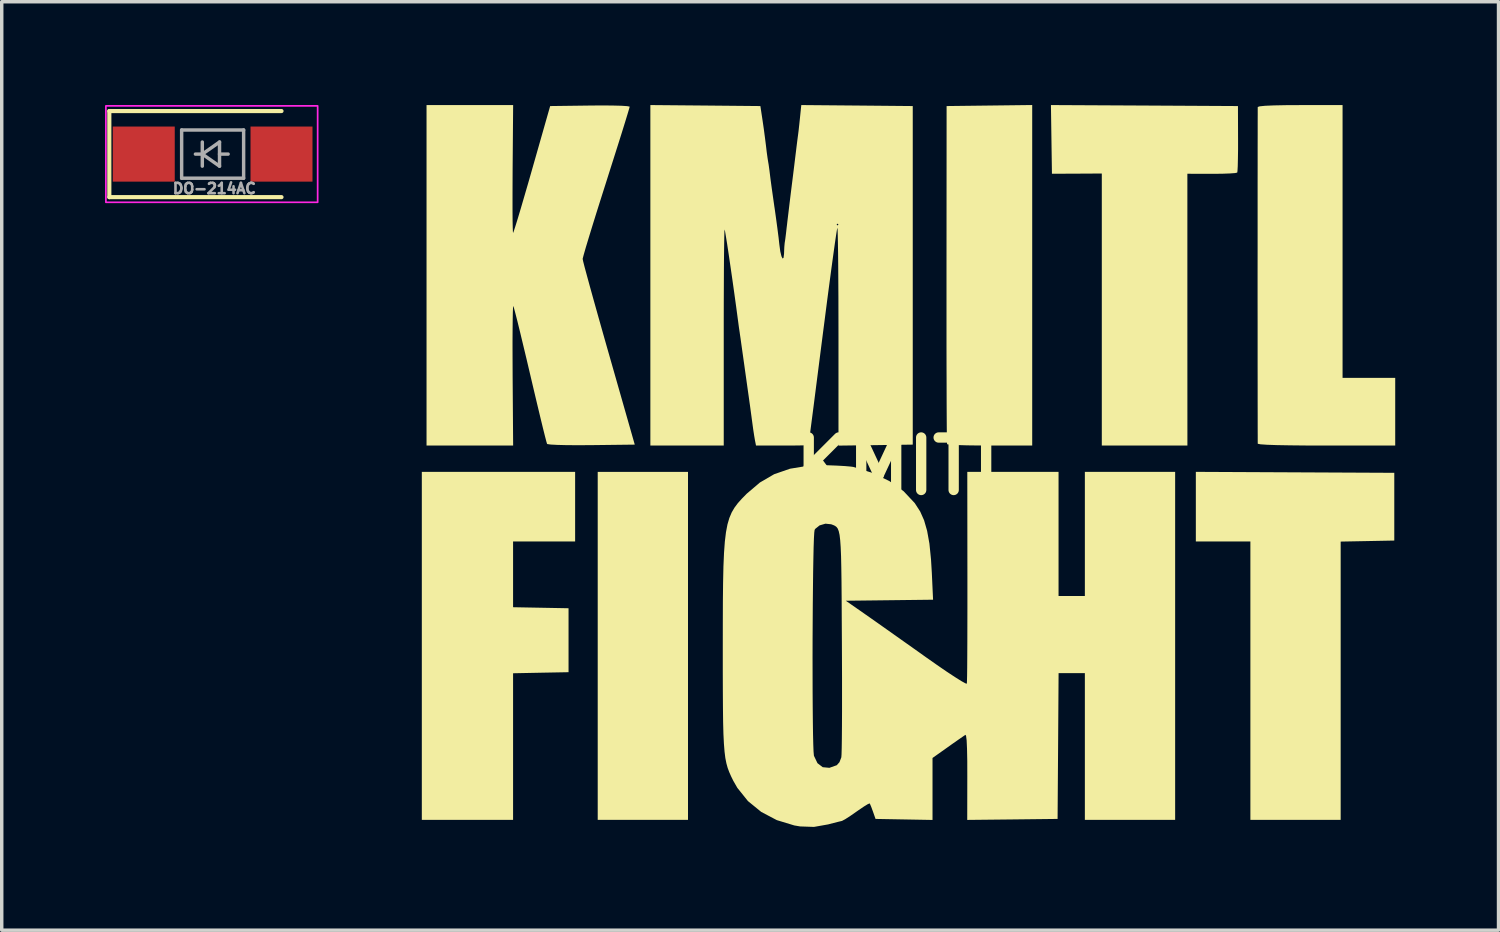
<source format=kicad_pcb>
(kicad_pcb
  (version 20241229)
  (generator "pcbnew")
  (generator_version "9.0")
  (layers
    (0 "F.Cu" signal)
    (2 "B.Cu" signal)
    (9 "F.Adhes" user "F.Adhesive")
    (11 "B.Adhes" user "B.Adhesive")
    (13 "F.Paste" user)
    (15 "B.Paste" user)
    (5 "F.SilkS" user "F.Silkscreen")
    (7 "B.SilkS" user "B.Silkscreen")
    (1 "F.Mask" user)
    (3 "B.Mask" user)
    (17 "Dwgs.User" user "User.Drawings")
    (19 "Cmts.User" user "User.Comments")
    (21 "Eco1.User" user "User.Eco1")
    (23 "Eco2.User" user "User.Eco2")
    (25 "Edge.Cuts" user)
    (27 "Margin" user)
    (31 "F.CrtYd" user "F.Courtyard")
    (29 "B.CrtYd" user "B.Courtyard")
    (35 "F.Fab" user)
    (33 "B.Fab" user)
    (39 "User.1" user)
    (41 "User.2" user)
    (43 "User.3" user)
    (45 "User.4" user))
  (footprint "DO-214AC"
    (layer "F.Cu")
    (at 3.125 1.425)
    (property "Reference" "DO-214AC" (at 0.05 1 0) (layer "F.Fab") (effects (font (size 0.3 0.3) (thickness 0.075))))
    (attr through_hole)
    (fp_line (start -3 -1.25) (end -3 1.25) (stroke (width 0.12) (type solid)) (layer "F.SilkS"))
    (fp_line (start -3 -1.25) (end 2 -1.25) (stroke (width 0.12) (type solid)) (layer "F.SilkS"))
    (fp_line (start -3 1.25) (end 2 1.25) (stroke (width 0.12) (type solid)) (layer "F.SilkS"))
    (fp_rect (start -3.1 -1.4) (end 3.05 1.4) (stroke (width 0.05) (type default)) (fill no) (layer "F.CrtYd"))
    (fp_line (start -0.9 -0.7) (end 0.9 -0.7) (stroke (width 0.1) (type solid)) (layer "F.Fab"))
    (fp_line (start -0.9 0.7) (end -0.9 -0.7) (stroke (width 0.1) (type solid)) (layer "F.Fab"))
    (fp_line (start -0.3 -0.35) (end -0.3 0.35) (stroke (width 0.1) (type solid)) (layer "F.Fab"))
    (fp_line (start -0.3 0) (end -0.5 0) (stroke (width 0.1) (type solid)) (layer "F.Fab"))
    (fp_line (start -0.3 0) (end 0.2 -0.35) (stroke (width 0.1) (type solid)) (layer "F.Fab"))
    (fp_line (start 0.2 -0.35) (end 0.2 0.35) (stroke (width 0.1) (type solid)) (layer "F.Fab"))
    (fp_line (start 0.2 0) (end 0.45 0) (stroke (width 0.1) (type solid)) (layer "F.Fab"))
    (fp_line (start 0.2 0.35) (end -0.3 0) (stroke (width 0.1) (type solid)) (layer "F.Fab"))
    (fp_line (start 0.9 -0.7) (end 0.9 0.7) (stroke (width 0.1) (type solid)) (layer "F.Fab"))
    (fp_line (start 0.9 0.7) (end -0.9 0.7) (stroke (width 0.1) (type solid)) (layer "F.Fab"))
    (pad "1" smd rect (at -2 0) (size 1.8 1.6) (layers "F.Cu" "F.Mask" "F.Paste"))
    (pad "2" smd rect (at 2 0) (size 1.8 1.6) (layers "F.Cu" "F.Mask" "F.Paste")))
  (footprint "KMITL"
    (layer "F.Cu")
    (at 23.266 10.49)
    (property "Reference" "KMITL" (at 0 0 0) (layer "F.SilkS") (effects (font (size 1.524 1.524) (thickness 0.3))))
    (attr board_only exclude_from_pos_files exclude_from_bom)
    (fp_poly (pts (xy -6.336 10.269) (xy -8.958 10.269) (xy -8.958 0.164) (xy -6.336 0.164)) (stroke (width 0) (type solid)) (fill yes) (layer "F.SilkS"))
    (fp_poly (pts (xy 14.175 0.191) (xy 14.175 2.158) (xy 13.396 2.173) (xy 12.618 2.188) (xy 12.618 10.269) (xy 9.996 10.269) (xy 9.996 2.185) (xy 8.412 2.185) (xy 8.412 0.163)) (stroke (width 0) (type solid)) (fill yes) (layer "F.SilkS"))
    (fp_poly (pts (xy -9.614 2.185) (xy -11.416 2.185) (xy -11.416 4.094) (xy -9.805 4.124) (xy -9.805 5.981) (xy -10.611 5.996) (xy -11.416 6.012) (xy -11.416 10.269) (xy -14.066 10.269) (xy -14.066 0.164) (xy -9.614 0.164)) (stroke (width 0) (type solid)) (fill yes) (layer "F.SilkS"))
    (fp_poly (pts (xy 6.919 -10.475) (xy 9.635 -10.46) (xy 9.638 -9.513) (xy 9.638 -9.202) (xy 9.634 -8.929) (xy 9.629 -8.713) (xy 9.621 -8.573) (xy 9.614 -8.528) (xy 9.552 -8.514) (xy 9.402 -8.503) (xy 9.186 -8.495) (xy 8.924 -8.492) (xy 8.876 -8.492) (xy 8.166 -8.494) (xy 8.166 -4.547) (xy 8.167 -0.601) (xy 5.681 -0.601) (xy 5.681 -8.501) (xy 4.957 -8.497) (xy 4.233 -8.494) (xy 4.204 -10.489)) (stroke (width 0) (type solid)) (fill yes) (layer "F.SilkS"))
    (fp_poly (pts (xy 3.66 -0.601) (xy 2.434 -0.601) (xy 2.08 -0.603) (xy 1.764 -0.607) (xy 1.502 -0.615) (xy 1.31 -0.625) (xy 1.204 -0.636) (xy 1.188 -0.642) (xy 1.185 -0.701) (xy 1.182 -0.862) (xy 1.179 -1.117) (xy 1.177 -1.457) (xy 1.175 -1.875) (xy 1.174 -2.364) (xy 1.172 -2.915) (xy 1.171 -3.52) (xy 1.171 -4.172) (xy 1.171 -4.863) (xy 1.171 -5.572) (xy 1.174 -10.46) (xy 2.417 -10.475) (xy 3.66 -10.49)) (stroke (width 0) (type solid)) (fill yes) (layer "F.SilkS"))
    (fp_poly (pts (xy 12.673 -2.567) (xy 14.202 -2.567) (xy 14.202 -0.601) (xy 12.208 -0.601) (xy 11.632 -0.602) (xy 11.148 -0.607) (xy 10.762 -0.614) (xy 10.475 -0.624) (xy 10.291 -0.637) (xy 10.213 -0.652) (xy 10.21 -0.655) (xy 10.209 -0.717) (xy 10.209 -0.88) (xy 10.208 -1.136) (xy 10.208 -1.478) (xy 10.207 -1.898) (xy 10.207 -2.387) (xy 10.206 -2.939) (xy 10.206 -3.544) (xy 10.206 -4.196) (xy 10.205 -4.885) (xy 10.205 -5.544) (xy 10.206 -6.262) (xy 10.206 -6.949) (xy 10.206 -7.597) (xy 10.206 -8.198) (xy 10.207 -8.744) (xy 10.207 -9.228) (xy 10.208 -9.642) (xy 10.208 -9.977) (xy 10.209 -10.226) (xy 10.209 -10.381) (xy 10.21 -10.433) (xy 10.265 -10.452) (xy 10.424 -10.468) (xy 10.68 -10.479) (xy 11.028 -10.486) (xy 11.444 -10.488) (xy 12.673 -10.488)) (stroke (width 0) (type solid)) (fill yes) (layer "F.SilkS"))
    (fp_poly (pts (xy -11.429 -8.631) (xy -11.431 -8.192) (xy -11.432 -7.791) (xy -11.432 -7.44) (xy -11.43 -7.15) (xy -11.426 -6.934) (xy -11.421 -6.806) (xy -11.416 -6.774) (xy -11.396 -6.825) (xy -11.349 -6.969) (xy -11.279 -7.195) (xy -11.191 -7.489) (xy -11.088 -7.842) (xy -10.972 -8.24) (xy -10.864 -8.618) (xy -10.339 -10.46) (xy -9.184 -10.475) (xy -8.826 -10.478) (xy -8.517 -10.475) (xy -8.273 -10.469) (xy -8.106 -10.458) (xy -8.032 -10.444) (xy -8.03 -10.441) (xy -8.046 -10.38) (xy -8.092 -10.226) (xy -8.164 -9.99) (xy -8.259 -9.684) (xy -8.374 -9.319) (xy -8.505 -8.906) (xy -8.648 -8.456) (xy -8.712 -8.253) (xy -8.86 -7.788) (xy -8.997 -7.354) (xy -9.119 -6.961) (xy -9.223 -6.622) (xy -9.306 -6.347) (xy -9.363 -6.148) (xy -9.392 -6.038) (xy -9.395 -6.02) (xy -9.381 -5.951) (xy -9.339 -5.786) (xy -9.272 -5.538) (xy -9.184 -5.216) (xy -9.077 -4.83) (xy -8.954 -4.391) (xy -8.818 -3.909) (xy -8.672 -3.395) (xy -8.638 -3.277) (xy -7.882 -0.628) (xy -9.14 -0.613) (xy -9.53 -0.611) (xy -9.865 -0.613) (xy -10.134 -0.62) (xy -10.323 -0.63) (xy -10.42 -0.644) (xy -10.429 -0.65) (xy -10.448 -0.713) (xy -10.489 -0.87) (xy -10.549 -1.11) (xy -10.624 -1.419) (xy -10.712 -1.786) (xy -10.81 -2.199) (xy -10.915 -2.646) (xy -10.918 -2.658) (xy -11.023 -3.105) (xy -11.122 -3.517) (xy -11.21 -3.884) (xy -11.286 -4.194) (xy -11.347 -4.433) (xy -11.389 -4.59) (xy -11.409 -4.654) (xy -11.41 -4.654) (xy -11.417 -4.61) (xy -11.423 -4.469) (xy -11.427 -4.241) (xy -11.43 -3.94) (xy -11.432 -3.576) (xy -11.431 -3.16) (xy -11.429 -2.706) (xy -11.429 -2.647) (xy -11.414 -0.601) (xy -13.929 -0.601) (xy -13.929 -10.488) (xy -11.414 -10.488)) (stroke (width 0) (type solid)) (fill yes) (layer "F.SilkS"))
    (fp_poly (pts (xy -5.831 -10.475) (xy -4.234 -10.46) (xy -4.172 -10.051) (xy -4.134 -9.791) (xy -4.098 -9.518) (xy -4.072 -9.313) (xy -4.049 -9.117) (xy -4.026 -8.953) (xy -4.014 -8.876) (xy -3.994 -8.758) (xy -3.97 -8.584) (xy -3.959 -8.494) (xy -3.939 -8.333) (xy -3.907 -8.096) (xy -3.867 -7.814) (xy -3.825 -7.519) (xy -3.823 -7.511) (xy -3.78 -7.205) (xy -3.739 -6.901) (xy -3.705 -6.635) (xy -3.684 -6.446) (xy -3.656 -6.238) (xy -3.622 -6.097) (xy -3.589 -6.032) (xy -3.562 -6.052) (xy -3.547 -6.168) (xy -3.546 -6.203) (xy -3.539 -6.365) (xy -3.528 -6.489) (xy -3.525 -6.504) (xy -3.51 -6.603) (xy -3.489 -6.77) (xy -3.473 -6.914) (xy -3.46 -7.019) (xy -2.021 -7.019) (xy -1.994 -6.992) (xy -1.966 -7.019) (xy -1.994 -7.046) (xy -2.021 -7.019) (xy -3.46 -7.019) (xy -3.453 -7.083) (xy -3.423 -7.332) (xy -3.387 -7.633) (xy -3.347 -7.959) (xy -3.328 -8.112) (xy -3.288 -8.43) (xy -3.251 -8.73) (xy -3.22 -8.985) (xy -3.197 -9.171) (xy -3.19 -9.231) (xy -3.167 -9.416) (xy -3.146 -9.578) (xy -3.141 -9.614) (xy -3.125 -9.739) (xy -3.104 -9.929) (xy -3.084 -10.12) (xy -3.046 -10.489) (xy -1.427 -10.475) (xy 0.191 -10.46) (xy 0.191 -0.628) (xy -0.888 -0.613) (xy -1.966 -0.599) (xy -1.966 -3.777) (xy -1.967 -4.354) (xy -1.968 -4.896) (xy -1.971 -5.394) (xy -1.974 -5.838) (xy -1.978 -6.219) (xy -1.983 -6.527) (xy -1.988 -6.754) (xy -1.993 -6.888) (xy -1.998 -6.924) (xy -2.011 -6.865) (xy -2.036 -6.708) (xy -2.072 -6.463) (xy -2.117 -6.139) (xy -2.171 -5.746) (xy -2.231 -5.296) (xy -2.297 -4.796) (xy -2.366 -4.259) (xy -2.406 -3.951) (xy -2.495 -3.258) (xy -2.571 -2.665) (xy -2.635 -2.165) (xy -2.688 -1.75) (xy -2.732 -1.412) (xy -2.767 -1.143) (xy -2.794 -0.936) (xy -2.815 -0.782) (xy -2.83 -0.674) (xy -2.838 -0.615) (xy -2.89 -0.61) (xy -3.032 -0.605) (xy -3.244 -0.602) (xy -3.506 -0.601) (xy -3.601 -0.601) (xy -4.361 -0.601) (xy -4.391 -0.751) (xy -4.413 -0.879) (xy -4.443 -1.075) (xy -4.473 -1.297) (xy -4.475 -1.311) (xy -4.506 -1.542) (xy -4.535 -1.756) (xy -4.557 -1.909) (xy -4.557 -1.912) (xy -4.574 -2.033) (xy -4.603 -2.238) (xy -4.64 -2.502) (xy -4.682 -2.799) (xy -4.699 -2.922) (xy -4.741 -3.22) (xy -4.779 -3.489) (xy -4.809 -3.705) (xy -4.83 -3.846) (xy -4.834 -3.878) (xy -4.856 -4.024) (xy -4.88 -4.205) (xy -4.884 -4.233) (xy -4.937 -4.629) (xy -4.993 -5.034) (xy -5.049 -5.432) (xy -5.104 -5.81) (xy -5.154 -6.153) (xy -5.198 -6.445) (xy -5.235 -6.673) (xy -5.26 -6.822) (xy -5.273 -6.876) (xy -5.278 -6.827) (xy -5.282 -6.679) (xy -5.286 -6.441) (xy -5.29 -6.122) (xy -5.293 -5.732) (xy -5.295 -5.28) (xy -5.297 -4.777) (xy -5.298 -4.23) (xy -5.298 -3.751) (xy -5.298 -0.601) (xy -7.429 -0.601) (xy -7.429 -10.489)) (stroke (width 0) (type solid)) (fill yes) (layer "F.SilkS"))
    (fp_poly (pts (xy -2.008 -0.018) (xy -1.779 -0.005) (xy -1.608 0.01) (xy -1.536 0.02) (xy -0.977 0.194) (xy -0.487 0.431) (xy -0.075 0.725) (xy 0.25 1.072) (xy 0.407 1.315) (xy 0.52 1.569) (xy 0.608 1.875) (xy 0.675 2.248) (xy 0.721 2.704) (xy 0.745 3.099) (xy 0.781 3.876) (xy -1.753 3.906) (xy -1.166 4.315) (xy -0.952 4.465) (xy -0.67 4.664) (xy -0.341 4.897) (xy 0.014 5.148) (xy 0.374 5.403) (xy 0.581 5.551) (xy 0.892 5.769) (xy 1.173 5.962) (xy 1.413 6.12) (xy 1.599 6.237) (xy 1.719 6.304) (xy 1.762 6.315) (xy 1.765 6.251) (xy 1.769 6.087) (xy 1.772 5.834) (xy 1.774 5.502) (xy 1.776 5.101) (xy 1.777 4.641) (xy 1.778 4.132) (xy 1.778 3.585) (xy 1.778 3.209) (xy 1.775 0.164) (xy 4.425 0.164) (xy 4.425 3.769) (xy 5.189 3.769) (xy 5.189 0.164) (xy 7.811 0.164) (xy 7.811 10.269) (xy 5.189 10.269) (xy 5.189 6.009) (xy 4.426 6.009) (xy 4.412 8.125) (xy 4.397 10.242) (xy 3.085 10.257) (xy 1.773 10.271) (xy 1.775 9.019) (xy 1.774 8.558) (xy 1.767 8.205) (xy 1.756 7.962) (xy 1.739 7.828) (xy 1.722 7.799) (xy 1.656 7.844) (xy 1.523 7.936) (xy 1.344 8.061) (xy 1.215 8.153) (xy 0.765 8.472) (xy 0.765 10.272) (xy -0.89 10.242) (xy -0.965 10.028) (xy -1.016 9.889) (xy -1.053 9.802) (xy -1.06 9.792) (xy -1.111 9.811) (xy -1.227 9.882) (xy -1.387 9.991) (xy -1.443 10.03) (xy -1.62 10.153) (xy -1.767 10.248) (xy -1.86 10.298) (xy -1.872 10.302) (xy -1.958 10.322) (xy -2.112 10.361) (xy -2.265 10.401) (xy -2.678 10.474) (xy -3.081 10.46) (xy -3.25 10.431) (xy -3.757 10.277) (xy -4.209 10.039) (xy -4.595 9.724) (xy -4.903 9.34) (xy -5.02 9.136) (xy -5.084 9.006) (xy -5.138 8.884) (xy -5.184 8.761) (xy -5.221 8.627) (xy -5.252 8.471) (xy -5.275 8.284) (xy -5.293 8.056) (xy -5.307 7.778) (xy -5.316 7.439) (xy -5.321 7.03) (xy -5.324 6.54) (xy -5.326 5.961) (xy -5.326 5.552) (xy -2.719 5.552) (xy -2.718 6.066) (xy -2.717 6.558) (xy -2.714 7.018) (xy -2.71 7.432) (xy -2.705 7.789) (xy -2.698 8.077) (xy -2.69 8.285) (xy -2.68 8.399) (xy -2.677 8.412) (xy -2.576 8.623) (xy -2.424 8.74) (xy -2.229 8.758) (xy -2.015 8.682) (xy -1.937 8.594) (xy -1.884 8.455) (xy -1.883 8.45) (xy -1.877 8.364) (xy -1.872 8.178) (xy -1.868 7.905) (xy -1.865 7.552) (xy -1.863 7.132) (xy -1.863 6.655) (xy -1.863 6.13) (xy -1.865 5.568) (xy -1.867 5.1) (xy -1.871 4.417) (xy -1.874 3.836) (xy -1.878 3.347) (xy -1.884 2.942) (xy -1.891 2.613) (xy -1.902 2.351) (xy -1.916 2.149) (xy -1.934 1.997) (xy -1.958 1.888) (xy -1.987 1.812) (xy -2.024 1.763) (xy -2.067 1.731) (xy -2.119 1.707) (xy -2.179 1.685) (xy -2.345 1.668) (xy -2.515 1.718) (xy -2.641 1.819) (xy -2.659 1.849) (xy -2.669 1.923) (xy -2.679 2.095) (xy -2.688 2.353) (xy -2.695 2.684) (xy -2.702 3.077) (xy -2.707 3.52) (xy -2.712 4.001) (xy -2.715 4.507) (xy -2.718 5.029) (xy -2.719 5.552) (xy -5.326 5.552) (xy -5.326 5.298) (xy -5.325 4.559) (xy -5.323 3.921) (xy -5.317 3.373) (xy -5.307 2.908) (xy -5.29 2.516) (xy -5.266 2.188) (xy -5.233 1.916) (xy -5.19 1.69) (xy -5.135 1.502) (xy -5.067 1.341) (xy -4.985 1.201) (xy -4.887 1.07) (xy -4.771 0.941) (xy -4.637 0.804) (xy -4.631 0.798) (xy -4.249 0.473) (xy -3.835 0.232) (xy -3.374 0.072) (xy -2.854 -0.013) (xy -2.267 -0.028)) (stroke (width 0) (type solid)) (fill yes) (layer "F.SilkS")))
  (gr_rect
    (start -3 -3)
    (end 40.468 23.963)
    (stroke (width 0.1) (type default))
    (fill no)
    (layer "Edge.Cuts")))
</source>
